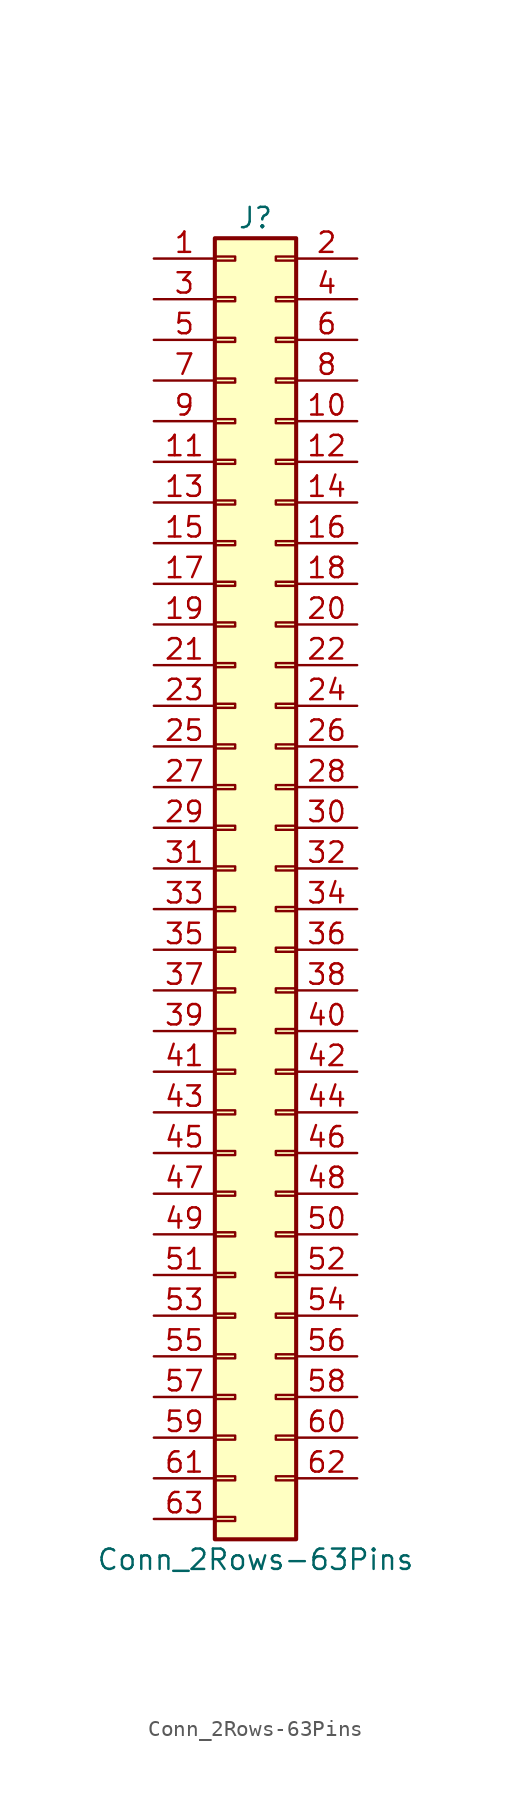
<source format=kicad_sym>
(kicad_symbol_lib
  (version 20200908)
  (generator kicad_symbol_editor)
  (symbol "Connector_Generic:Conn_2Rows-63Pins"
    (pin_names
      (offset 1.016) hide)
    (property "Reference" "J"
      (at 1.27 40.64 0)
      (effects (font (size 1.27 1.27))))
    (property "Value" "Conn_2Rows-63Pins"
      (at 1.27 -43.18 0)
      (effects (font (size 1.27 1.27))))
    (symbol "Conn_2Rows-63Pins_1_1"
      (rectangle (start -1.27 -27.813) (end 0 -28.067) (stroke (width 0.152)) (fill (type none)))
      (rectangle (start -1.27 -30.353) (end 0 -30.607) (stroke (width 0.152)) (fill (type none)))
      (rectangle (start -1.27 -32.893) (end 0 -33.147) (stroke (width 0.152)) (fill (type none)))
      (rectangle (start -1.27 -35.433) (end 0 -35.687) (stroke (width 0.152)) (fill (type none)))
      (rectangle (start -1.27 -37.973) (end 0 -38.227) (stroke (width 0.152)) (fill (type none)))
      (rectangle (start -1.27 -40.513) (end 0 -40.767) (stroke (width 0.152)) (fill (type none)))
      (rectangle (start -1.27 -4.953) (end 0 -5.207) (stroke (width 0.152)) (fill (type none)))
      (rectangle (start -1.27 -7.493) (end 0 -7.747) (stroke (width 0.152)) (fill (type none)))
      (rectangle (start -1.27 -10.033) (end 0 -10.287) (stroke (width 0.152)) (fill (type none)))
      (rectangle (start -1.27 -12.573) (end 0 -12.827) (stroke (width 0.152)) (fill (type none)))
      (rectangle (start -1.27 -15.113) (end 0 -15.367) (stroke (width 0.152)) (fill (type none)))
      (rectangle (start -1.27 -17.653) (end 0 -17.907) (stroke (width 0.152)) (fill (type none)))
      (rectangle (start -1.27 -20.193) (end 0 -20.447) (stroke (width 0.152)) (fill (type none)))
      (rectangle (start -1.27 -22.733) (end 0 -22.987) (stroke (width 0.152)) (fill (type none)))
      (rectangle (start -1.27 -2.413) (end 0 -2.667) (stroke (width 0.152)) (fill (type none)))
      (rectangle (start -1.27 -25.273) (end 0 -25.527) (stroke (width 0.152)) (fill (type none)))
      (rectangle (start -1.27 25.527) (end 0 25.273) (stroke (width 0.152)) (fill (type none)))
      (rectangle (start -1.27 2.667) (end 0 2.413) (stroke (width 0.152)) (fill (type none)))
      (rectangle (start -1.27 28.067) (end 0 27.813) (stroke (width 0.152)) (fill (type none)))
      (rectangle (start -1.27 30.607) (end 0 30.353) (stroke (width 0.152)) (fill (type none)))
      (rectangle (start -1.27 33.147) (end 0 32.893) (stroke (width 0.152)) (fill (type none)))
      (rectangle (start -1.27 35.687) (end 0 35.433) (stroke (width 0.152)) (fill (type none)))
      (rectangle (start -1.27 38.227) (end 0 37.973) (stroke (width 0.152)) (fill (type none)))
      (rectangle (start -1.27 39.37) (end 3.81 -41.91) (stroke (width 0.254)) (fill (type background)))
      (rectangle (start -1.27 5.207) (end 0 4.953) (stroke (width 0.152)) (fill (type none)))
      (rectangle (start -1.27 7.747) (end 0 7.493) (stroke (width 0.152)) (fill (type none)))
      (rectangle (start -1.27 10.287) (end 0 10.033) (stroke (width 0.152)) (fill (type none)))
      (rectangle (start -1.27 0.127) (end 0 -0.127) (stroke (width 0.152)) (fill (type none)))
      (rectangle (start -1.27 12.827) (end 0 12.573) (stroke (width 0.152)) (fill (type none)))
      (rectangle (start -1.27 15.367) (end 0 15.113) (stroke (width 0.152)) (fill (type none)))
      (rectangle (start -1.27 17.907) (end 0 17.653) (stroke (width 0.152)) (fill (type none)))
      (rectangle (start -1.27 20.447) (end 0 20.193) (stroke (width 0.152)) (fill (type none)))
      (rectangle (start -1.27 22.987) (end 0 22.733) (stroke (width 0.152)) (fill (type none)))
      (rectangle (start 3.81 -27.813) (end 2.54 -28.067) (stroke (width 0.152)) (fill (type none)))
      (rectangle (start 3.81 -30.353) (end 2.54 -30.607) (stroke (width 0.152)) (fill (type none)))
      (rectangle (start 3.81 -32.893) (end 2.54 -33.147) (stroke (width 0.152)) (fill (type none)))
      (rectangle (start 3.81 -35.433) (end 2.54 -35.687) (stroke (width 0.152)) (fill (type none)))
      (rectangle (start 3.81 -37.973) (end 2.54 -38.227) (stroke (width 0.152)) (fill (type none)))
      (rectangle (start 3.81 -4.953) (end 2.54 -5.207) (stroke (width 0.152)) (fill (type none)))
      (rectangle (start 3.81 -7.493) (end 2.54 -7.747) (stroke (width 0.152)) (fill (type none)))
      (rectangle (start 3.81 -10.033) (end 2.54 -10.287) (stroke (width 0.152)) (fill (type none)))
      (rectangle (start 3.81 -12.573) (end 2.54 -12.827) (stroke (width 0.152)) (fill (type none)))
      (rectangle (start 3.81 -15.113) (end 2.54 -15.367) (stroke (width 0.152)) (fill (type none)))
      (rectangle (start 3.81 -17.653) (end 2.54 -17.907) (stroke (width 0.152)) (fill (type none)))
      (rectangle (start 3.81 -20.193) (end 2.54 -20.447) (stroke (width 0.152)) (fill (type none)))
      (rectangle (start 3.81 -22.733) (end 2.54 -22.987) (stroke (width 0.152)) (fill (type none)))
      (rectangle (start 3.81 -2.413) (end 2.54 -2.667) (stroke (width 0.152)) (fill (type none)))
      (rectangle (start 3.81 -25.273) (end 2.54 -25.527) (stroke (width 0.152)) (fill (type none)))
      (rectangle (start 3.81 25.527) (end 2.54 25.273) (stroke (width 0.152)) (fill (type none)))
      (rectangle (start 3.81 2.667) (end 2.54 2.413) (stroke (width 0.152)) (fill (type none)))
      (rectangle (start 3.81 28.067) (end 2.54 27.813) (stroke (width 0.152)) (fill (type none)))
      (rectangle (start 3.81 30.607) (end 2.54 30.353) (stroke (width 0.152)) (fill (type none)))
      (rectangle (start 3.81 33.147) (end 2.54 32.893) (stroke (width 0.152)) (fill (type none)))
      (rectangle (start 3.81 35.687) (end 2.54 35.433) (stroke (width 0.152)) (fill (type none)))
      (rectangle (start 3.81 38.227) (end 2.54 37.973) (stroke (width 0.152)) (fill (type none)))
      (rectangle (start 3.81 5.207) (end 2.54 4.953) (stroke (width 0.152)) (fill (type none)))
      (rectangle (start 3.81 7.747) (end 2.54 7.493) (stroke (width 0.152)) (fill (type none)))
      (rectangle (start 3.81 10.287) (end 2.54 10.033) (stroke (width 0.152)) (fill (type none)))
      (rectangle (start 3.81 0.127) (end 2.54 -0.127) (stroke (width 0.152)) (fill (type none)))
      (rectangle (start 3.81 12.827) (end 2.54 12.573) (stroke (width 0.152)) (fill (type none)))
      (rectangle (start 3.81 15.367) (end 2.54 15.113) (stroke (width 0.152)) (fill (type none)))
      (rectangle (start 3.81 17.907) (end 2.54 17.653) (stroke (width 0.152)) (fill (type none)))
      (rectangle (start 3.81 20.447) (end 2.54 20.193) (stroke (width 0.152)) (fill (type none)))
      (rectangle (start 3.81 22.987) (end 2.54 22.733) (stroke (width 0.152)) (fill (type none)))
      (pin passive line (at -5.08 38.1 0) (length 3.81) (name "Pin_1" (effects (font (size 1.27 1.27)))) (number "1" (effects (font (size 1.27 1.27)))))
      (pin passive line (at 7.62 27.94 180) (length 3.81) (name "Pin_10" (effects (font (size 1.27 1.27)))) (number "10" (effects (font (size 1.27 1.27)))))
      (pin passive line (at -5.08 25.4 0) (length 3.81) (name "Pin_11" (effects (font (size 1.27 1.27)))) (number "11" (effects (font (size 1.27 1.27)))))
      (pin passive line (at 7.62 25.4 180) (length 3.81) (name "Pin_12" (effects (font (size 1.27 1.27)))) (number "12" (effects (font (size 1.27 1.27)))))
      (pin passive line (at -5.08 22.86 0) (length 3.81) (name "Pin_13" (effects (font (size 1.27 1.27)))) (number "13" (effects (font (size 1.27 1.27)))))
      (pin passive line (at 7.62 22.86 180) (length 3.81) (name "Pin_14" (effects (font (size 1.27 1.27)))) (number "14" (effects (font (size 1.27 1.27)))))
      (pin passive line (at -5.08 20.32 0) (length 3.81) (name "Pin_15" (effects (font (size 1.27 1.27)))) (number "15" (effects (font (size 1.27 1.27)))))
      (pin passive line (at 7.62 20.32 180) (length 3.81) (name "Pin_16" (effects (font (size 1.27 1.27)))) (number "16" (effects (font (size 1.27 1.27)))))
      (pin passive line (at -5.08 17.78 0) (length 3.81) (name "Pin_17" (effects (font (size 1.27 1.27)))) (number "17" (effects (font (size 1.27 1.27)))))
      (pin passive line (at 7.62 17.78 180) (length 3.81) (name "Pin_18" (effects (font (size 1.27 1.27)))) (number "18" (effects (font (size 1.27 1.27)))))
      (pin passive line (at -5.08 15.24 0) (length 3.81) (name "Pin_19" (effects (font (size 1.27 1.27)))) (number "19" (effects (font (size 1.27 1.27)))))
      (pin passive line (at 7.62 38.1 180) (length 3.81) (name "Pin_2" (effects (font (size 1.27 1.27)))) (number "2" (effects (font (size 1.27 1.27)))))
      (pin passive line (at 7.62 15.24 180) (length 3.81) (name "Pin_20" (effects (font (size 1.27 1.27)))) (number "20" (effects (font (size 1.27 1.27)))))
      (pin passive line (at -5.08 12.7 0) (length 3.81) (name "Pin_21" (effects (font (size 1.27 1.27)))) (number "21" (effects (font (size 1.27 1.27)))))
      (pin passive line (at 7.62 12.7 180) (length 3.81) (name "Pin_22" (effects (font (size 1.27 1.27)))) (number "22" (effects (font (size 1.27 1.27)))))
      (pin passive line (at -5.08 10.16 0) (length 3.81) (name "Pin_23" (effects (font (size 1.27 1.27)))) (number "23" (effects (font (size 1.27 1.27)))))
      (pin passive line (at 7.62 10.16 180) (length 3.81) (name "Pin_24" (effects (font (size 1.27 1.27)))) (number "24" (effects (font (size 1.27 1.27)))))
      (pin passive line (at -5.08 7.62 0) (length 3.81) (name "Pin_25" (effects (font (size 1.27 1.27)))) (number "25" (effects (font (size 1.27 1.27)))))
      (pin passive line (at 7.62 7.62 180) (length 3.81) (name "Pin_26" (effects (font (size 1.27 1.27)))) (number "26" (effects (font (size 1.27 1.27)))))
      (pin passive line (at -5.08 5.08 0) (length 3.81) (name "Pin_27" (effects (font (size 1.27 1.27)))) (number "27" (effects (font (size 1.27 1.27)))))
      (pin passive line (at 7.62 5.08 180) (length 3.81) (name "Pin_28" (effects (font (size 1.27 1.27)))) (number "28" (effects (font (size 1.27 1.27)))))
      (pin passive line (at -5.08 2.54 0) (length 3.81) (name "Pin_29" (effects (font (size 1.27 1.27)))) (number "29" (effects (font (size 1.27 1.27)))))
      (pin passive line (at -5.08 35.56 0) (length 3.81) (name "Pin_3" (effects (font (size 1.27 1.27)))) (number "3" (effects (font (size 1.27 1.27)))))
      (pin passive line (at 7.62 2.54 180) (length 3.81) (name "Pin_30" (effects (font (size 1.27 1.27)))) (number "30" (effects (font (size 1.27 1.27)))))
      (pin passive line (at -5.08 0 0) (length 3.81) (name "Pin_31" (effects (font (size 1.27 1.27)))) (number "31" (effects (font (size 1.27 1.27)))))
      (pin passive line (at 7.62 0 180) (length 3.81) (name "Pin_32" (effects (font (size 1.27 1.27)))) (number "32" (effects (font (size 1.27 1.27)))))
      (pin passive line (at -5.08 -2.54 0) (length 3.81) (name "Pin_33" (effects (font (size 1.27 1.27)))) (number "33" (effects (font (size 1.27 1.27)))))
      (pin passive line (at 7.62 -2.54 180) (length 3.81) (name "Pin_34" (effects (font (size 1.27 1.27)))) (number "34" (effects (font (size 1.27 1.27)))))
      (pin passive line (at -5.08 -5.08 0) (length 3.81) (name "Pin_35" (effects (font (size 1.27 1.27)))) (number "35" (effects (font (size 1.27 1.27)))))
      (pin passive line (at 7.62 -5.08 180) (length 3.81) (name "Pin_36" (effects (font (size 1.27 1.27)))) (number "36" (effects (font (size 1.27 1.27)))))
      (pin passive line (at -5.08 -7.62 0) (length 3.81) (name "Pin_37" (effects (font (size 1.27 1.27)))) (number "37" (effects (font (size 1.27 1.27)))))
      (pin passive line (at 7.62 -7.62 180) (length 3.81) (name "Pin_38" (effects (font (size 1.27 1.27)))) (number "38" (effects (font (size 1.27 1.27)))))
      (pin passive line (at -5.08 -10.16 0) (length 3.81) (name "Pin_39" (effects (font (size 1.27 1.27)))) (number "39" (effects (font (size 1.27 1.27)))))
      (pin passive line (at 7.62 35.56 180) (length 3.81) (name "Pin_4" (effects (font (size 1.27 1.27)))) (number "4" (effects (font (size 1.27 1.27)))))
      (pin passive line (at 7.62 -10.16 180) (length 3.81) (name "Pin_40" (effects (font (size 1.27 1.27)))) (number "40" (effects (font (size 1.27 1.27)))))
      (pin passive line (at -5.08 -12.7 0) (length 3.81) (name "Pin_41" (effects (font (size 1.27 1.27)))) (number "41" (effects (font (size 1.27 1.27)))))
      (pin passive line (at 7.62 -12.7 180) (length 3.81) (name "Pin_42" (effects (font (size 1.27 1.27)))) (number "42" (effects (font (size 1.27 1.27)))))
      (pin passive line (at -5.08 -15.24 0) (length 3.81) (name "Pin_43" (effects (font (size 1.27 1.27)))) (number "43" (effects (font (size 1.27 1.27)))))
      (pin passive line (at 7.62 -15.24 180) (length 3.81) (name "Pin_44" (effects (font (size 1.27 1.27)))) (number "44" (effects (font (size 1.27 1.27)))))
      (pin passive line (at -5.08 -17.78 0) (length 3.81) (name "Pin_45" (effects (font (size 1.27 1.27)))) (number "45" (effects (font (size 1.27 1.27)))))
      (pin passive line (at 7.62 -17.78 180) (length 3.81) (name "Pin_46" (effects (font (size 1.27 1.27)))) (number "46" (effects (font (size 1.27 1.27)))))
      (pin passive line (at -5.08 -20.32 0) (length 3.81) (name "Pin_47" (effects (font (size 1.27 1.27)))) (number "47" (effects (font (size 1.27 1.27)))))
      (pin passive line (at 7.62 -20.32 180) (length 3.81) (name "Pin_48" (effects (font (size 1.27 1.27)))) (number "48" (effects (font (size 1.27 1.27)))))
      (pin passive line (at -5.08 -22.86 0) (length 3.81) (name "Pin_49" (effects (font (size 1.27 1.27)))) (number "49" (effects (font (size 1.27 1.27)))))
      (pin passive line (at -5.08 33.02 0) (length 3.81) (name "Pin_5" (effects (font (size 1.27 1.27)))) (number "5" (effects (font (size 1.27 1.27)))))
      (pin passive line (at 7.62 -22.86 180) (length 3.81) (name "Pin_50" (effects (font (size 1.27 1.27)))) (number "50" (effects (font (size 1.27 1.27)))))
      (pin passive line (at -5.08 -25.4 0) (length 3.81) (name "Pin_51" (effects (font (size 1.27 1.27)))) (number "51" (effects (font (size 1.27 1.27)))))
      (pin passive line (at 7.62 -25.4 180) (length 3.81) (name "Pin_52" (effects (font (size 1.27 1.27)))) (number "52" (effects (font (size 1.27 1.27)))))
      (pin passive line (at -5.08 -27.94 0) (length 3.81) (name "Pin_53" (effects (font (size 1.27 1.27)))) (number "53" (effects (font (size 1.27 1.27)))))
      (pin passive line (at 7.62 -27.94 180) (length 3.81) (name "Pin_54" (effects (font (size 1.27 1.27)))) (number "54" (effects (font (size 1.27 1.27)))))
      (pin passive line (at -5.08 -30.48 0) (length 3.81) (name "Pin_55" (effects (font (size 1.27 1.27)))) (number "55" (effects (font (size 1.27 1.27)))))
      (pin passive line (at 7.62 -30.48 180) (length 3.81) (name "Pin_56" (effects (font (size 1.27 1.27)))) (number "56" (effects (font (size 1.27 1.27)))))
      (pin passive line (at -5.08 -33.02 0) (length 3.81) (name "Pin_57" (effects (font (size 1.27 1.27)))) (number "57" (effects (font (size 1.27 1.27)))))
      (pin passive line (at 7.62 -33.02 180) (length 3.81) (name "Pin_58" (effects (font (size 1.27 1.27)))) (number "58" (effects (font (size 1.27 1.27)))))
      (pin passive line (at -5.08 -35.56 0) (length 3.81) (name "Pin_59" (effects (font (size 1.27 1.27)))) (number "59" (effects (font (size 1.27 1.27)))))
      (pin passive line (at 7.62 33.02 180) (length 3.81) (name "Pin_6" (effects (font (size 1.27 1.27)))) (number "6" (effects (font (size 1.27 1.27)))))
      (pin passive line (at 7.62 -35.56 180) (length 3.81) (name "Pin_60" (effects (font (size 1.27 1.27)))) (number "60" (effects (font (size 1.27 1.27)))))
      (pin passive line (at -5.08 -38.1 0) (length 3.81) (name "Pin_61" (effects (font (size 1.27 1.27)))) (number "61" (effects (font (size 1.27 1.27)))))
      (pin passive line (at 7.62 -38.1 180) (length 3.81) (name "Pin_62" (effects (font (size 1.27 1.27)))) (number "62" (effects (font (size 1.27 1.27)))))
      (pin passive line (at -5.08 -40.64 0) (length 3.81) (name "Pin_63" (effects (font (size 1.27 1.27)))) (number "63" (effects (font (size 1.27 1.27)))))
      (pin passive line (at -5.08 30.48 0) (length 3.81) (name "Pin_7" (effects (font (size 1.27 1.27)))) (number "7" (effects (font (size 1.27 1.27)))))
      (pin passive line (at 7.62 30.48 180) (length 3.81) (name "Pin_8" (effects (font (size 1.27 1.27)))) (number "8" (effects (font (size 1.27 1.27)))))
      (pin passive line (at -5.08 27.94 0) (length 3.81) (name "Pin_9" (effects (font (size 1.27 1.27)))) (number "9" (effects (font (size 1.27 1.27))))))))
</source>
